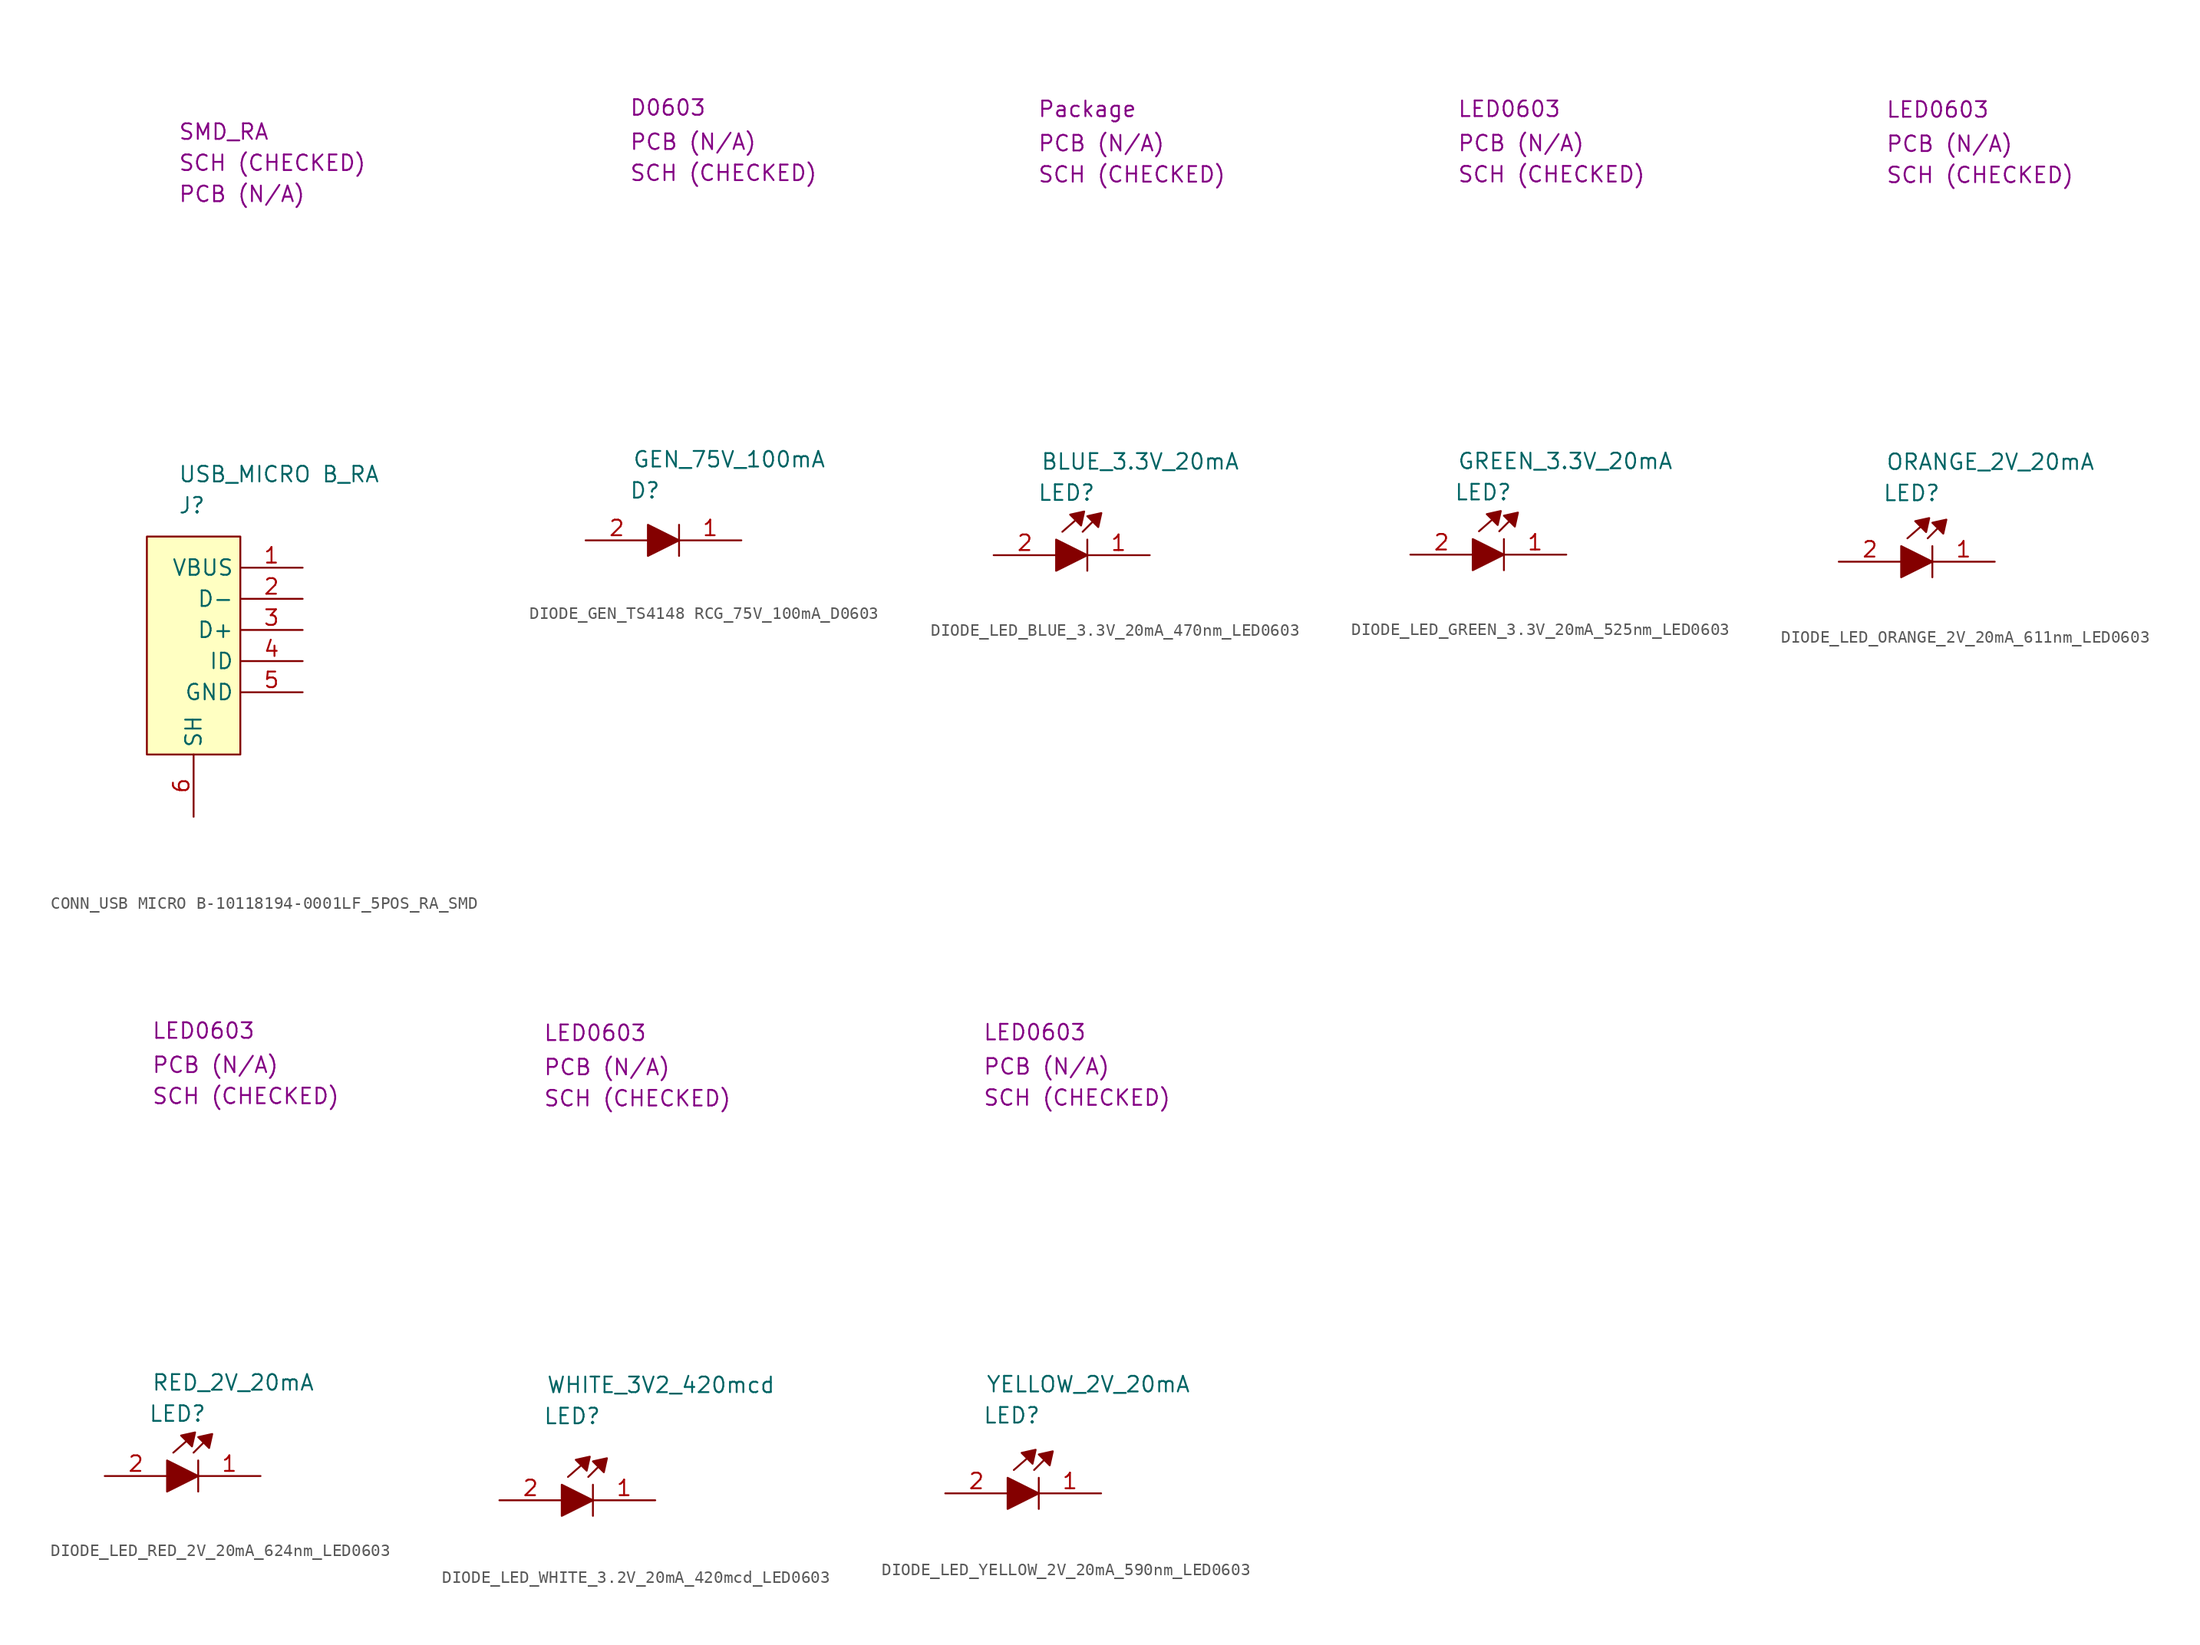
<source format=kicad_sym>
(kicad_symbol_lib
  (version 20231120)
  (generator "kicad_symbol_editor")
  (generator_version "8.0")
  (symbol "CONN_USB MICRO B-10118194-0001LF_5POS_RA_SMD"
    (property "Reference" "J"
      (at 2.54 2.54 0)
      (effects (font (size 1.27 1.27)) (justify left)))
    (property "Value" "USB_MICRO B_RA"
      (at 2.54 5.08 0)
      (effects (font (size 1.27 1.27)) (justify left)))
    (property "SCH CHECK" "SCH (CHECKED)"
      (at 2.54 30.48 0)
      (effects (font (size 1.27 1.27)) (justify left)))
    (property "Package" "SMD_RA"
      (at 2.54 33.02 0)
      (effects (font (size 1.27 1.27)) (justify left)))
    (property "PCB CHECk" "PCB (N/A)"
      (at 2.54 27.94 0)
      (effects (font (size 1.27 1.27)) (justify left)))
    (symbol "CONN_USB MICRO B-10118194-0001LF_5POS_RA_SMD_0_1"
      (rectangle (start 0 0) (end 7.62 -17.78) (stroke (width 0) (type default)) (fill (type background))))
    (symbol "CONN_USB MICRO B-10118194-0001LF_5POS_RA_SMD_1_1"
      (pin passive line (at 12.7 -2.54 180) (length 5.08) (name "VBUS" (effects (font (size 1.27 1.27)))) (number "1" (effects (font (size 1.27 1.27)))))
      (pin passive line (at 12.7 -5.08 180) (length 5.08) (name "D-" (effects (font (size 1.27 1.27)))) (number "2" (effects (font (size 1.27 1.27)))))
      (pin passive line (at 12.7 -7.62 180) (length 5.08) (name "D+" (effects (font (size 1.27 1.27)))) (number "3" (effects (font (size 1.27 1.27)))))
      (pin passive line (at 12.7 -10.16 180) (length 5.08) (name "ID" (effects (font (size 1.27 1.27)))) (number "4" (effects (font (size 1.27 1.27)))))
      (pin passive line (at 12.7 -12.7 180) (length 5.08) (name "GND" (effects (font (size 1.27 1.27)))) (number "5" (effects (font (size 1.27 1.27)))))
      (pin passive line (at 3.81 -22.86 90) (length 5.08) (name "SH" (effects (font (size 1.27 1.27)))) (number "6" (effects (font (size 1.27 1.27)))))))
  (symbol "DIODE_GEN_TS4148 RCG_75V_100mA_D0603"
    (property "Reference" "D"
      (at 3.556 4.064 0)
      (effects (font (size 1.27 1.27)) (justify left)))
    (property "Value" "GEN_75V_100mA"
      (at 3.81 6.604 0)
      (effects (font (size 1.27 1.27)) (justify left)))
    (property "Package" "D0603"
      (at 3.556 35.306 0)
      (effects (font (size 1.27 1.27)) (justify left)))
    (property "SCH CHECK" "SCH (CHECKED)"
      (at 3.556 29.972 0)
      (effects (font (size 1.27 1.27)) (justify left)))
    (property "PCB CHECK" "PCB (N/A)"
      (at 3.556 32.512 0)
      (effects (font (size 1.27 1.27)) (justify left)))
    (symbol "DIODE_GEN_TS4148 RCG_75V_100mA_D0603_0_1"
      (polyline (pts (xy 7.62 -1.27) (xy 7.62 1.27)) (stroke (width 0) (type default)) (fill (type none)))
      (polyline (pts (xy 5.08 1.27) (xy 5.08 -1.27) (xy 7.62 0) (xy 5.08 1.27)) (stroke (width 0) (type default)) (fill (type outline))))
    (symbol "DIODE_GEN_TS4148 RCG_75V_100mA_D0603_1_1"
      (pin passive line (at 12.7 0 180) (length 5.08) (name "" (effects (font (size 1.27 1.27)))) (number "1" (effects (font (size 1.27 1.27)))))
      (pin passive line (at 0 0 0) (length 5.08) (name "" (effects (font (size 1.27 1.27)))) (number "2" (effects (font (size 1.27 1.27)))))))
  (symbol "DIODE_LED_BLUE_3.3V_20mA_470nm_LED0603"
    (property "Reference" "LED"
      (at 3.556 5.08 0)
      (effects (font (size 1.27 1.27)) (justify left)))
    (property "Value" "BLUE_3.3V_20mA"
      (at 3.81 7.62 0)
      (effects (font (size 1.27 1.27)) (justify left)))
    (property "Package" "Package"
      (at 3.556 36.322 0)
      (effects (font (size 1.27 1.27)) (justify left)))
    (property "SCH CHECK" "SCH (CHECKED)"
      (at 3.556 30.988 0)
      (effects (font (size 1.27 1.27)) (justify left)))
    (property "PCB CHECK" "PCB (N/A)"
      (at 3.556 33.528 0)
      (effects (font (size 1.27 1.27)) (justify left)))
    (symbol "DIODE_LED_BLUE_3.3V_20mA_470nm_LED0603_0_1"
      (polyline (pts (xy 5.588 1.905) (xy 6.604 2.794)) (stroke (width 0) (type default)) (fill (type none)))
      (polyline (pts (xy 7.239 1.905) (xy 8.001 2.667)) (stroke (width 0) (type default)) (fill (type none)))
      (polyline (pts (xy 7.62 -1.27) (xy 7.62 1.27)) (stroke (width 0) (type default)) (fill (type none)))
      (polyline (pts (xy 5.08 1.27) (xy 5.08 -1.27) (xy 7.62 0) (xy 5.08 1.27)) (stroke (width 0) (type default)) (fill (type outline)))
      (polyline (pts (xy 6.223 3.302) (xy 7.112 2.413) (xy 7.366 3.556) (xy 6.223 3.302)) (stroke (width 0) (type default)) (fill (type outline)))
      (polyline (pts (xy 7.62 3.175) (xy 8.509 2.286) (xy 8.763 3.429) (xy 7.62 3.175)) (stroke (width 0) (type default)) (fill (type outline))))
    (symbol "DIODE_LED_BLUE_3.3V_20mA_470nm_LED0603_1_1"
      (pin passive line (at 12.7 0 180) (length 5.08) (name "" (effects (font (size 1.27 1.27)))) (number "1" (effects (font (size 1.27 1.27)))))
      (pin passive line (at 0 0 0) (length 5.08) (name "" (effects (font (size 1.27 1.27)))) (number "2" (effects (font (size 1.27 1.27)))))))
  (symbol "DIODE_LED_GREEN_3.3V_20mA_525nm_LED0603"
    (property "Reference" "LED"
      (at 3.556 5.08 0)
      (effects (font (size 1.27 1.27)) (justify left)))
    (property "Value" "GREEN_3.3V_20mA"
      (at 3.81 7.62 0)
      (effects (font (size 1.27 1.27)) (justify left)))
    (property "Package" "LED0603"
      (at 3.81 36.322 0)
      (effects (font (size 1.27 1.27)) (justify left)))
    (property "SCH CHECK" "SCH (CHECKED)"
      (at 3.81 30.988 0)
      (effects (font (size 1.27 1.27)) (justify left)))
    (property "PCB CHECK" "PCB (N/A)"
      (at 3.81 33.528 0)
      (effects (font (size 1.27 1.27)) (justify left)))
    (symbol "DIODE_LED_GREEN_3.3V_20mA_525nm_LED0603_0_1"
      (polyline (pts (xy 5.588 1.905) (xy 6.604 2.794)) (stroke (width 0) (type default)) (fill (type none)))
      (polyline (pts (xy 7.239 1.905) (xy 8.001 2.667)) (stroke (width 0) (type default)) (fill (type none)))
      (polyline (pts (xy 7.62 -1.27) (xy 7.62 1.27)) (stroke (width 0) (type default)) (fill (type none)))
      (polyline (pts (xy 5.08 1.27) (xy 5.08 -1.27) (xy 7.62 0) (xy 5.08 1.27)) (stroke (width 0) (type default)) (fill (type outline)))
      (polyline (pts (xy 6.223 3.302) (xy 7.112 2.413) (xy 7.366 3.556) (xy 6.223 3.302)) (stroke (width 0) (type default)) (fill (type outline)))
      (polyline (pts (xy 7.62 3.175) (xy 8.509 2.286) (xy 8.763 3.429) (xy 7.62 3.175)) (stroke (width 0) (type default)) (fill (type outline))))
    (symbol "DIODE_LED_GREEN_3.3V_20mA_525nm_LED0603_1_1"
      (pin passive line (at 12.7 0 180) (length 5.08) (name "" (effects (font (size 1.27 1.27)))) (number "1" (effects (font (size 1.27 1.27)))))
      (pin passive line (at 0 0 0) (length 5.08) (name "" (effects (font (size 1.27 1.27)))) (number "2" (effects (font (size 1.27 1.27)))))))
  (symbol "DIODE_LED_ORANGE_2V_20mA_611nm_LED0603"
    (property "Reference" "LED"
      (at 3.556 5.588 0)
      (effects (font (size 1.27 1.27)) (justify left)))
    (property "Value" "ORANGE_2V_20mA"
      (at 3.81 8.128 0)
      (effects (font (size 1.27 1.27)) (justify left)))
    (property "Package" "LED0603"
      (at 3.81 36.83 0)
      (effects (font (size 1.27 1.27)) (justify left)))
    (property "SCH CHECK" "SCH (CHECKED)"
      (at 3.81 31.496 0)
      (effects (font (size 1.27 1.27)) (justify left)))
    (property "PCB CHECK" "PCB (N/A)"
      (at 3.81 34.036 0)
      (effects (font (size 1.27 1.27)) (justify left)))
    (symbol "DIODE_LED_ORANGE_2V_20mA_611nm_LED0603_0_1"
      (polyline (pts (xy 5.588 1.905) (xy 6.604 2.794)) (stroke (width 0) (type default)) (fill (type none)))
      (polyline (pts (xy 7.239 1.905) (xy 8.001 2.667)) (stroke (width 0) (type default)) (fill (type none)))
      (polyline (pts (xy 7.62 -1.27) (xy 7.62 1.27)) (stroke (width 0) (type default)) (fill (type none)))
      (polyline (pts (xy 5.08 1.27) (xy 5.08 -1.27) (xy 7.62 0) (xy 5.08 1.27)) (stroke (width 0) (type default)) (fill (type outline)))
      (polyline (pts (xy 6.223 3.302) (xy 7.112 2.413) (xy 7.366 3.556) (xy 6.223 3.302)) (stroke (width 0) (type default)) (fill (type outline)))
      (polyline (pts (xy 7.62 3.175) (xy 8.509 2.286) (xy 8.763 3.429) (xy 7.62 3.175)) (stroke (width 0) (type default)) (fill (type outline))))
    (symbol "DIODE_LED_ORANGE_2V_20mA_611nm_LED0603_1_1"
      (pin passive line (at 12.7 0 180) (length 5.08) (name "" (effects (font (size 1.27 1.27)))) (number "1" (effects (font (size 1.27 1.27)))))
      (pin passive line (at 0 0 0) (length 5.08) (name "" (effects (font (size 1.27 1.27)))) (number "2" (effects (font (size 1.27 1.27)))))))
  (symbol "DIODE_LED_RED_2V_20mA_624nm_LED0603"
    (property "Reference" "LED"
      (at 3.556 5.08 0)
      (effects (font (size 1.27 1.27)) (justify left)))
    (property "Value" "RED_2V_20mA"
      (at 3.81 7.62 0)
      (effects (font (size 1.27 1.27)) (justify left)))
    (property "Package" "LED0603"
      (at 3.81 36.322 0)
      (effects (font (size 1.27 1.27)) (justify left)))
    (property "SCH CHECK" "SCH (CHECKED)"
      (at 3.81 30.988 0)
      (effects (font (size 1.27 1.27)) (justify left)))
    (property "PCB CHECK" "PCB (N/A)"
      (at 3.81 33.528 0)
      (effects (font (size 1.27 1.27)) (justify left)))
    (symbol "DIODE_LED_RED_2V_20mA_624nm_LED0603_0_1"
      (polyline (pts (xy 5.588 1.905) (xy 6.604 2.794)) (stroke (width 0) (type default)) (fill (type none)))
      (polyline (pts (xy 7.239 1.905) (xy 8.001 2.667)) (stroke (width 0) (type default)) (fill (type none)))
      (polyline (pts (xy 7.62 -1.27) (xy 7.62 1.27)) (stroke (width 0) (type default)) (fill (type none)))
      (polyline (pts (xy 5.08 1.27) (xy 5.08 -1.27) (xy 7.62 0) (xy 5.08 1.27)) (stroke (width 0) (type default)) (fill (type outline)))
      (polyline (pts (xy 6.223 3.302) (xy 7.112 2.413) (xy 7.366 3.556) (xy 6.223 3.302)) (stroke (width 0) (type default)) (fill (type outline)))
      (polyline (pts (xy 7.62 3.175) (xy 8.509 2.286) (xy 8.763 3.429) (xy 7.62 3.175)) (stroke (width 0) (type default)) (fill (type outline))))
    (symbol "DIODE_LED_RED_2V_20mA_624nm_LED0603_1_1"
      (pin passive line (at 12.7 0 180) (length 5.08) (name "" (effects (font (size 1.27 1.27)))) (number "1" (effects (font (size 1.27 1.27)))))
      (pin passive line (at 0 0 0) (length 5.08) (name "" (effects (font (size 1.27 1.27)))) (number "2" (effects (font (size 1.27 1.27)))))))
  (symbol "DIODE_LED_WHITE_3.2V_20mA_420mcd_LED0603"
    (property "Reference" "LED"
      (at 3.556 6.858 0)
      (effects (font (size 1.27 1.27)) (justify left)))
    (property "Value" "WHITE_3V2_420mcd"
      (at 3.81 9.398 0)
      (effects (font (size 1.27 1.27)) (justify left)))
    (property "Package" "LED0603"
      (at 3.556 38.1 0)
      (effects (font (size 1.27 1.27)) (justify left)))
    (property "SCH CHECK" "SCH (CHECKED)"
      (at 3.556 32.766 0)
      (effects (font (size 1.27 1.27)) (justify left)))
    (property "PCB CHECK" "PCB (N/A)"
      (at 3.556 35.306 0)
      (effects (font (size 1.27 1.27)) (justify left)))
    (symbol "DIODE_LED_WHITE_3.2V_20mA_420mcd_LED0603_0_1"
      (polyline (pts (xy 5.588 1.905) (xy 6.604 2.794)) (stroke (width 0) (type default)) (fill (type none)))
      (polyline (pts (xy 7.239 1.905) (xy 8.001 2.667)) (stroke (width 0) (type default)) (fill (type none)))
      (polyline (pts (xy 7.62 -1.27) (xy 7.62 1.27)) (stroke (width 0) (type default)) (fill (type none)))
      (polyline (pts (xy 5.08 1.27) (xy 5.08 -1.27) (xy 7.62 0) (xy 5.08 1.27)) (stroke (width 0) (type default)) (fill (type outline)))
      (polyline (pts (xy 6.223 3.302) (xy 7.112 2.413) (xy 7.366 3.556) (xy 6.223 3.302)) (stroke (width 0) (type default)) (fill (type outline)))
      (polyline (pts (xy 7.62 3.175) (xy 8.509 2.286) (xy 8.763 3.429) (xy 7.62 3.175)) (stroke (width 0) (type default)) (fill (type outline))))
    (symbol "DIODE_LED_WHITE_3.2V_20mA_420mcd_LED0603_1_1"
      (pin passive line (at 12.7 0 180) (length 5.08) (name "" (effects (font (size 1.27 1.27)))) (number "1" (effects (font (size 1.27 1.27)))))
      (pin passive line (at 0 0 0) (length 5.08) (name "" (effects (font (size 1.27 1.27)))) (number "2" (effects (font (size 1.27 1.27)))))))
  (symbol "DIODE_LED_YELLOW_2V_20mA_590nm_LED0603"
    (property "Reference" "LED"
      (at 3.048 6.35 0)
      (effects (font (size 1.27 1.27)) (justify left)))
    (property "Value" "YELLOW_2V_20mA"
      (at 3.302 8.89 0)
      (effects (font (size 1.27 1.27)) (justify left)))
    (property "Package" "LED0603"
      (at 3.048 37.592 0)
      (effects (font (size 1.27 1.27)) (justify left)))
    (property "SCH CHECK" "SCH (CHECKED)"
      (at 3.048 32.258 0)
      (effects (font (size 1.27 1.27)) (justify left)))
    (property "PCB CHECK" "PCB (N/A)"
      (at 3.048 34.798 0)
      (effects (font (size 1.27 1.27)) (justify left)))
    (symbol "DIODE_LED_YELLOW_2V_20mA_590nm_LED0603_0_1"
      (polyline (pts (xy 5.588 1.905) (xy 6.604 2.794)) (stroke (width 0) (type default)) (fill (type none)))
      (polyline (pts (xy 7.239 1.905) (xy 8.001 2.667)) (stroke (width 0) (type default)) (fill (type none)))
      (polyline (pts (xy 7.62 -1.27) (xy 7.62 1.27)) (stroke (width 0) (type default)) (fill (type none)))
      (polyline (pts (xy 5.08 1.27) (xy 5.08 -1.27) (xy 7.62 0) (xy 5.08 1.27)) (stroke (width 0) (type default)) (fill (type outline)))
      (polyline (pts (xy 6.223 3.302) (xy 7.112 2.413) (xy 7.366 3.556) (xy 6.223 3.302)) (stroke (width 0) (type default)) (fill (type outline)))
      (polyline (pts (xy 7.62 3.175) (xy 8.509 2.286) (xy 8.763 3.429) (xy 7.62 3.175)) (stroke (width 0) (type default)) (fill (type outline))))
    (symbol "DIODE_LED_YELLOW_2V_20mA_590nm_LED0603_1_1"
      (pin passive line (at 12.7 0 180) (length 5.08) (name "" (effects (font (size 1.27 1.27)))) (number "1" (effects (font (size 1.27 1.27)))))
      (pin passive line (at 0 0 0) (length 5.08) (name "" (effects (font (size 1.27 1.27)))) (number "2" (effects (font (size 1.27 1.27))))))))
</source>
